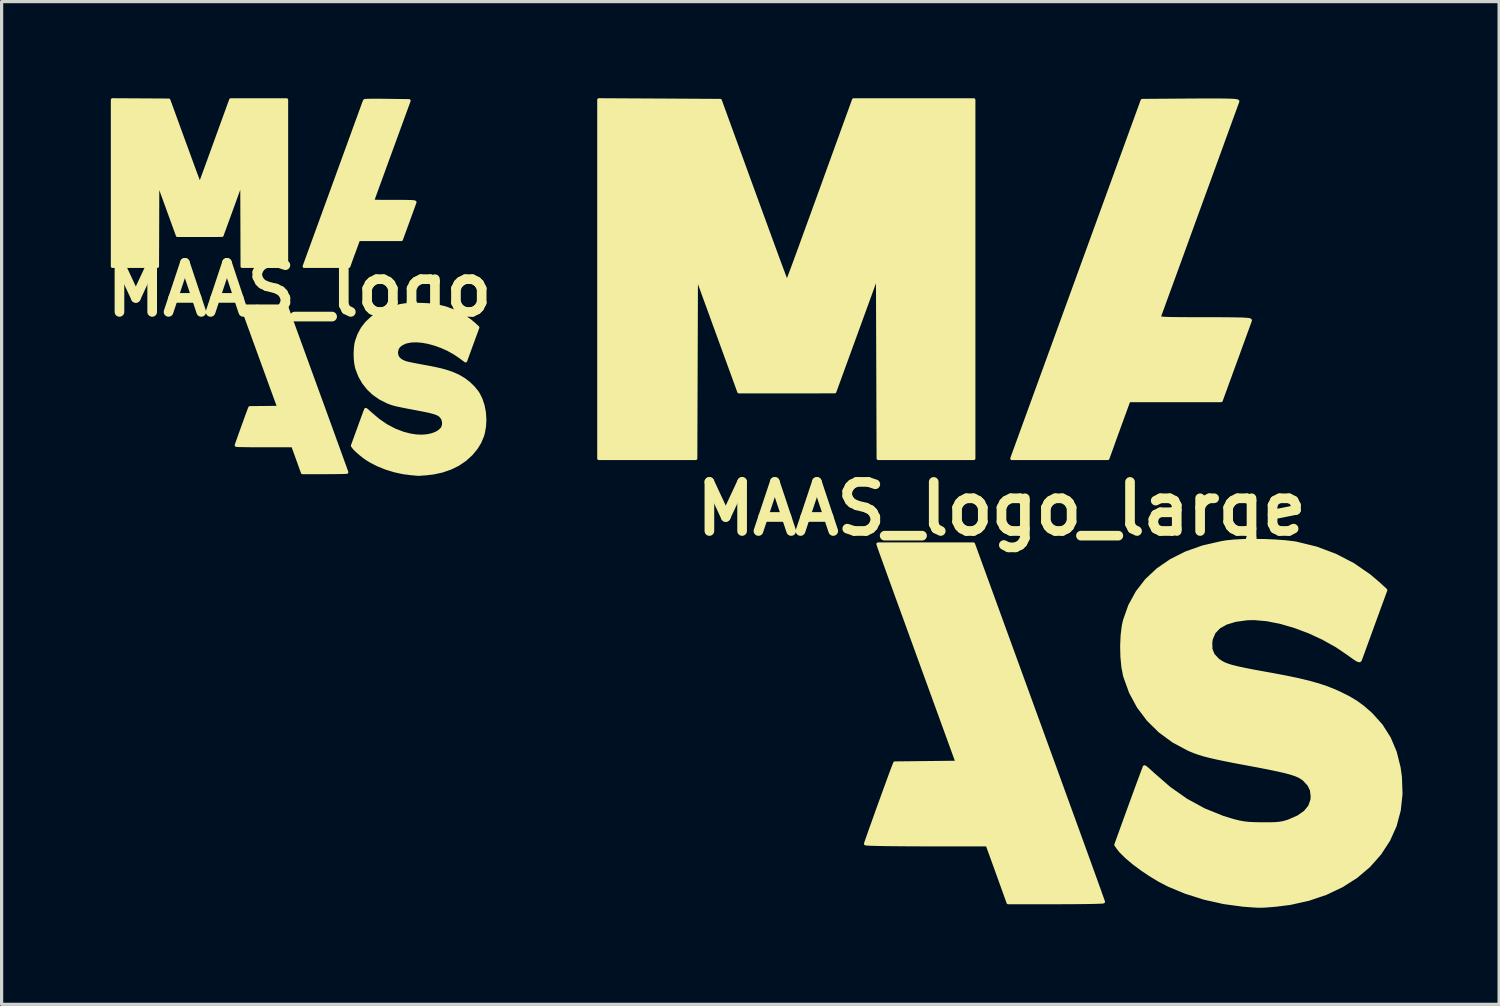
<source format=kicad_pcb>
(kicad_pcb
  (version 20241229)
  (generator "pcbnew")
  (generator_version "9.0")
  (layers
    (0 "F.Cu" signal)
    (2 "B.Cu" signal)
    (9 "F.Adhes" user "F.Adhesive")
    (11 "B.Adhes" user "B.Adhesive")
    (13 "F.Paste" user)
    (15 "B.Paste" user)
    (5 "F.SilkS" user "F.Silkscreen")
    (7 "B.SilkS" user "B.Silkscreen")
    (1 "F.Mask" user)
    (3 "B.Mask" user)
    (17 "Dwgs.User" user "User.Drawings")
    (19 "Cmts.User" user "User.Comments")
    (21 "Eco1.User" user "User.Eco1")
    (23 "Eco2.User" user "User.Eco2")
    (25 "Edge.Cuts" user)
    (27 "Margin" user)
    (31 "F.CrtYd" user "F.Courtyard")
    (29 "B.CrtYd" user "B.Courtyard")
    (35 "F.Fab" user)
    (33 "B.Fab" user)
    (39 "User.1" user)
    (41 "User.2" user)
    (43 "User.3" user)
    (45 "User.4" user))
  (footprint "MAAS_logo_large"
    (layer "F.Cu")
    (at 28.052 12.751)
    (property "Reference" "MAAS_logo_large" (at 0 0 0) (layer "F.SilkS") (effects (font (size 1.524 1.524) (thickness 0.3))))
    (attr through_hole)
    (fp_poly (pts (xy -0.86 -1.563) (xy -2.344 -1.563) (xy -3.829 -1.563) (xy -3.839 -4.424) (xy -3.849 -7.285) (xy -4.513 -5.46) (xy -5.178 -3.635) (xy -6.667 -3.634) (xy -8.156 -3.634) (xy -8.816 -5.446) (xy -9.476 -7.258) (xy -9.486 -4.41) (xy -9.496 -1.563) (xy -11 -1.563) (xy -12.505 -1.563) (xy -12.505 -7.132) (xy -12.505 -12.701) (xy -10.619 -12.691) (xy -8.734 -12.68) (xy -7.712 -9.874) (xy -7.549 -9.427) (xy -7.393 -9.001) (xy -7.247 -8.602) (xy -7.113 -8.236) (xy -6.993 -7.909) (xy -6.889 -7.626) (xy -6.802 -7.393) (xy -6.736 -7.216) (xy -6.692 -7.1) (xy -6.672 -7.05) (xy -6.671 -7.049) (xy -6.668 -7.046) (xy -6.662 -7.049) (xy -6.654 -7.061) (xy -6.641 -7.087) (xy -6.622 -7.132) (xy -6.595 -7.2) (xy -6.559 -7.296) (xy -6.511 -7.423) (xy -6.45 -7.587) (xy -6.375 -7.792) (xy -6.283 -8.043) (xy -6.174 -8.343) (xy -6.045 -8.698) (xy -5.894 -9.111) (xy -5.721 -9.588) (xy -5.523 -10.133) (xy -5.468 -10.287) (xy -4.592 -12.7) (xy -2.726 -12.7) (xy -0.86 -12.7) (xy -0.86 -7.132) (xy -0.86 -1.563)) (stroke (width 0.1) (type solid)) (fill yes) (layer "F.SilkS"))
    (fp_poly (pts (xy 3.165 12.205) (xy 3.128 12.211) (xy 3.02 12.216) (xy 2.852 12.221) (xy 2.631 12.225) (xy 2.365 12.228) (xy 2.065 12.23) (xy 1.737 12.231) (xy 1.686 12.231) (xy 0.207 12.231) (xy -0.117 11.332) (xy -0.442 10.434) (xy -2.331 10.434) (xy -2.707 10.433) (xy -3.058 10.431) (xy -3.377 10.428) (xy -3.655 10.425) (xy -3.886 10.42) (xy -4.063 10.415) (xy -4.176 10.409) (xy -4.22 10.403) (xy -4.22 10.403) (xy -4.208 10.362) (xy -4.172 10.257) (xy -4.117 10.101) (xy -4.047 9.903) (xy -3.965 9.675) (xy -3.876 9.425) (xy -3.783 9.167) (xy -3.689 8.909) (xy -3.6 8.663) (xy -3.518 8.439) (xy -3.448 8.248) (xy -3.393 8.1) (xy -3.357 8.007) (xy -3.355 8.002) (xy -3.313 7.895) (xy -2.345 7.884) (xy -1.378 7.874) (xy -2.579 4.572) (xy -2.756 4.084) (xy -2.926 3.616) (xy -3.087 3.173) (xy -3.237 2.761) (xy -3.373 2.385) (xy -3.495 2.05) (xy -3.599 1.761) (xy -3.684 1.525) (xy -3.749 1.346) (xy -3.79 1.23) (xy -3.807 1.182) (xy -3.835 1.094) (xy -2.353 1.094) (xy -0.871 1.094) (xy 1.147 6.637) (xy 1.377 7.269) (xy 1.6 7.882) (xy 1.814 8.47) (xy 2.017 9.03) (xy 2.209 9.558) (xy 2.388 10.05) (xy 2.552 10.502) (xy 2.699 10.909) (xy 2.829 11.269) (xy 2.94 11.576) (xy 3.031 11.827) (xy 3.099 12.018) (xy 3.144 12.144) (xy 3.164 12.202) (xy 3.165 12.205)) (stroke (width 0.1) (type solid)) (fill yes) (layer "F.SilkS"))
    (fp_poly (pts (xy 7.728 -5.852) (xy 7.711 -5.804) (xy 7.671 -5.693) (xy 7.61 -5.526) (xy 7.532 -5.312) (xy 7.44 -5.061) (xy 7.339 -4.781) (xy 7.266 -4.582) (xy 6.821 -3.361) (xy 5.388 -3.361) (xy 3.955 -3.361) (xy 3.78 -2.882) (xy 3.695 -2.648) (xy 3.601 -2.39) (xy 3.511 -2.143) (xy 3.454 -1.983) (xy 3.302 -1.563) (xy 1.812 -1.563) (xy 0.322 -1.563) (xy 2.346 -7.122) (xy 4.37 -12.68) (xy 5.863 -12.691) (xy 6.256 -12.693) (xy 6.578 -12.694) (xy 6.834 -12.692) (xy 7.03 -12.689) (xy 7.172 -12.684) (xy 7.266 -12.677) (xy 7.319 -12.667) (xy 7.337 -12.655) (xy 7.337 -12.652) (xy 7.321 -12.608) (xy 7.28 -12.497) (xy 7.217 -12.323) (xy 7.132 -12.091) (xy 7.029 -11.807) (xy 6.908 -11.476) (xy 6.773 -11.103) (xy 6.624 -10.694) (xy 6.464 -10.254) (xy 6.294 -9.789) (xy 6.121 -9.315) (xy 5.944 -8.828) (xy 5.775 -8.363) (xy 5.615 -7.922) (xy 5.466 -7.513) (xy 5.33 -7.14) (xy 5.209 -6.809) (xy 5.105 -6.525) (xy 5.021 -6.293) (xy 4.957 -6.118) (xy 4.916 -6.007) (xy 4.9 -5.964) (xy 4.9 -5.947) (xy 4.916 -5.934) (xy 4.957 -5.923) (xy 5.029 -5.915) (xy 5.14 -5.909) (xy 5.297 -5.905) (xy 5.506 -5.903) (xy 5.776 -5.901) (xy 6.114 -5.901) (xy 6.311 -5.901) (xy 6.698 -5.9) (xy 7.012 -5.898) (xy 7.261 -5.895) (xy 7.45 -5.891) (xy 7.585 -5.884) (xy 7.672 -5.876) (xy 7.718 -5.865) (xy 7.728 -5.852)) (stroke (width 0.1) (type solid)) (fill yes) (layer "F.SilkS"))
    (fp_poly (pts (xy 12.405 8.86) (xy 12.35 9.363) (xy 12.223 9.839) (xy 12.023 10.286) (xy 11.75 10.705) (xy 11.408 11.092) (xy 11.018 11.422) (xy 10.571 11.707) (xy 10.075 11.943) (xy 9.537 12.125) (xy 8.966 12.252) (xy 8.532 12.307) (xy 8.332 12.324) (xy 8.183 12.335) (xy 8.06 12.34) (xy 7.94 12.338) (xy 7.802 12.33) (xy 7.62 12.316) (xy 7.503 12.307) (xy 6.907 12.227) (xy 6.3 12.091) (xy 5.71 11.904) (xy 5.187 11.686) (xy 4.914 11.544) (xy 4.633 11.375) (xy 4.358 11.191) (xy 4.103 11.001) (xy 3.883 10.815) (xy 3.711 10.645) (xy 3.633 10.549) (xy 3.552 10.435) (xy 3.988 9.233) (xy 4.094 8.943) (xy 4.191 8.677) (xy 4.277 8.444) (xy 4.348 8.253) (xy 4.401 8.113) (xy 4.432 8.031) (xy 4.44 8.014) (xy 4.472 8.032) (xy 4.547 8.093) (xy 4.65 8.186) (xy 4.699 8.232) (xy 5.211 8.677) (xy 5.74 9.049) (xy 6.292 9.35) (xy 6.872 9.584) (xy 7.189 9.681) (xy 7.362 9.725) (xy 7.518 9.755) (xy 7.68 9.773) (xy 7.872 9.782) (xy 8.108 9.786) (xy 8.34 9.785) (xy 8.514 9.78) (xy 8.648 9.767) (xy 8.763 9.745) (xy 8.877 9.712) (xy 8.917 9.699) (xy 9.209 9.573) (xy 9.427 9.422) (xy 9.572 9.246) (xy 9.643 9.044) (xy 9.652 8.937) (xy 9.629 8.738) (xy 9.551 8.572) (xy 9.408 8.416) (xy 9.4 8.408) (xy 9.329 8.354) (xy 9.241 8.304) (xy 9.13 8.256) (xy 8.987 8.209) (xy 8.803 8.16) (xy 8.571 8.107) (xy 8.283 8.047) (xy 7.931 7.979) (xy 7.679 7.932) (xy 7.287 7.859) (xy 6.962 7.795) (xy 6.694 7.739) (xy 6.474 7.689) (xy 6.289 7.641) (xy 6.132 7.593) (xy 5.991 7.543) (xy 5.857 7.488) (xy 5.811 7.468) (xy 5.34 7.216) (xy 4.921 6.909) (xy 4.557 6.551) (xy 4.252 6.147) (xy 4.01 5.699) (xy 3.835 5.214) (xy 3.824 5.178) (xy 3.773 4.912) (xy 3.743 4.599) (xy 3.735 4.266) (xy 3.749 3.937) (xy 3.785 3.639) (xy 3.822 3.47) (xy 3.985 3.009) (xy 4.214 2.591) (xy 4.504 2.216) (xy 4.856 1.887) (xy 5.267 1.605) (xy 5.734 1.371) (xy 6.257 1.186) (xy 6.832 1.054) (xy 6.975 1.03) (xy 7.212 1.005) (xy 7.505 0.989) (xy 7.834 0.985) (xy 8.177 0.989) (xy 8.514 1.004) (xy 8.823 1.027) (xy 9.085 1.058) (xy 9.154 1.07) (xy 9.779 1.223) (xy 10.368 1.444) (xy 10.918 1.729) (xy 11.424 2.078) (xy 11.701 2.313) (xy 11.933 2.525) (xy 11.548 3.578) (xy 11.449 3.851) (xy 11.357 4.103) (xy 11.277 4.322) (xy 11.212 4.5) (xy 11.166 4.626) (xy 11.142 4.691) (xy 11.141 4.695) (xy 11.12 4.716) (xy 11.075 4.707) (xy 10.996 4.662) (xy 10.872 4.575) (xy 10.785 4.511) (xy 10.404 4.253) (xy 9.988 4.021) (xy 9.55 3.819) (xy 9.104 3.652) (xy 8.663 3.524) (xy 8.241 3.441) (xy 7.85 3.407) (xy 7.624 3.412) (xy 7.266 3.462) (xy 6.977 3.549) (xy 6.756 3.673) (xy 6.602 3.835) (xy 6.515 4.035) (xy 6.496 4.154) (xy 6.503 4.364) (xy 6.571 4.535) (xy 6.706 4.682) (xy 6.76 4.723) (xy 6.834 4.772) (xy 6.92 4.816) (xy 7.025 4.857) (xy 7.158 4.898) (xy 7.329 4.94) (xy 7.547 4.987) (xy 7.819 5.041) (xy 8.156 5.103) (xy 8.344 5.136) (xy 8.806 5.223) (xy 9.202 5.305) (xy 9.542 5.386) (xy 9.839 5.47) (xy 10.104 5.558) (xy 10.348 5.656) (xy 10.499 5.724) (xy 10.782 5.866) (xy 11.017 6.006) (xy 11.228 6.161) (xy 11.444 6.349) (xy 11.485 6.387) (xy 11.795 6.733) (xy 12.042 7.124) (xy 12.226 7.559) (xy 12.346 8.04) (xy 12.386 8.329) (xy 12.405 8.86)) (stroke (width 0.1) (type solid)) (fill yes) (layer "F.SilkS")))
  (footprint "MAAS_logo"
    (layer "F.Cu")
    (at 6.248 5.947)
    (property "Reference" "MAAS_logo" (at 0 0 0) (layer "F.SilkS") (effects (font (size 1.524 1.524) (thickness 0.3))))
    (attr through_hole)
    (fp_poly (pts (xy -0.399 -0.726) (xy -1.088 -0.726) (xy -1.778 -0.726) (xy -1.782 -2.055) (xy -1.787 -3.384) (xy -2.095 -2.536) (xy -2.404 -1.688) (xy -3.095 -1.687) (xy -3.787 -1.687) (xy -4.093 -2.53) (xy -4.4 -3.373) (xy -4.404 -2.049) (xy -4.409 -0.726) (xy -5.107 -0.726) (xy -5.806 -0.726) (xy -5.806 -3.311) (xy -5.806 -5.897) (xy -4.931 -5.892) (xy -4.056 -5.887) (xy -3.581 -4.584) (xy -3.505 -4.377) (xy -3.433 -4.179) (xy -3.365 -3.994) (xy -3.303 -3.824) (xy -3.247 -3.672) (xy -3.198 -3.541) (xy -3.158 -3.433) (xy -3.128 -3.35) (xy -3.107 -3.296) (xy -3.098 -3.273) (xy -3.097 -3.273) (xy -3.096 -3.272) (xy -3.093 -3.272) (xy -3.09 -3.277) (xy -3.084 -3.289) (xy -3.076 -3.309) (xy -3.064 -3.339) (xy -3.047 -3.382) (xy -3.026 -3.44) (xy -2.998 -3.514) (xy -2.964 -3.607) (xy -2.922 -3.721) (xy -2.872 -3.858) (xy -2.813 -4.02) (xy -2.744 -4.21) (xy -2.665 -4.428) (xy -2.574 -4.678) (xy -2.539 -4.776) (xy -2.132 -5.896) (xy -1.265 -5.896) (xy -0.399 -5.896) (xy -0.399 -3.311) (xy -0.399 -0.726)) (stroke (width 0.1) (type solid)) (fill yes) (layer "F.SilkS"))
    (fp_poly (pts (xy 1.47 5.668) (xy 1.452 5.67) (xy 1.402 5.672) (xy 1.324 5.674) (xy 1.221 5.676) (xy 1.098 5.677) (xy 0.959 5.678) (xy 0.806 5.679) (xy 0.783 5.679) (xy 0.096 5.679) (xy -0.054 5.261) (xy -0.205 4.844) (xy -1.082 4.844) (xy -1.257 4.844) (xy -1.42 4.843) (xy -1.568 4.842) (xy -1.697 4.84) (xy -1.804 4.838) (xy -1.886 4.836) (xy -1.939 4.833) (xy -1.959 4.83) (xy -1.959 4.83) (xy -1.954 4.811) (xy -1.937 4.762) (xy -1.911 4.69) (xy -1.879 4.598) (xy -1.841 4.492) (xy -1.799 4.376) (xy -1.756 4.256) (xy -1.713 4.136) (xy -1.671 4.022) (xy -1.634 3.918) (xy -1.601 3.829) (xy -1.575 3.761) (xy -1.559 3.717) (xy -1.558 3.715) (xy -1.538 3.665) (xy -1.088 3.661) (xy -0.638 3.656) (xy -1.197 2.123) (xy -1.279 1.896) (xy -1.358 1.679) (xy -1.433 1.473) (xy -1.502 1.282) (xy -1.566 1.107) (xy -1.622 0.952) (xy -1.671 0.818) (xy -1.711 0.708) (xy -1.741 0.625) (xy -1.76 0.571) (xy -1.768 0.549) (xy -1.78 0.508) (xy -1.093 0.508) (xy -0.405 0.508) (xy 0.532 3.082) (xy 0.639 3.376) (xy 0.743 3.66) (xy 0.842 3.933) (xy 0.937 4.193) (xy 1.026 4.439) (xy 1.108 4.667) (xy 1.185 4.877) (xy 1.253 5.066) (xy 1.313 5.233) (xy 1.365 5.376) (xy 1.407 5.492) (xy 1.439 5.581) (xy 1.46 5.639) (xy 1.469 5.666) (xy 1.47 5.668)) (stroke (width 0.1) (type solid)) (fill yes) (layer "F.SilkS"))
    (fp_poly (pts (xy 3.588 -2.717) (xy 3.58 -2.695) (xy 3.561 -2.643) (xy 3.533 -2.565) (xy 3.497 -2.466) (xy 3.454 -2.35) (xy 3.407 -2.22) (xy 3.373 -2.127) (xy 3.166 -1.56) (xy 2.502 -1.56) (xy 1.837 -1.56) (xy 1.725 -1.256) (xy 1.685 -1.148) (xy 1.646 -1.043) (xy 1.612 -0.949) (xy 1.585 -0.875) (xy 1.573 -0.839) (xy 1.533 -0.726) (xy 0.842 -0.726) (xy 0.15 -0.726) (xy 1.037 -3.161) (xy 1.142 -3.449) (xy 1.244 -3.729) (xy 1.342 -3.999) (xy 1.436 -4.257) (xy 1.525 -4.501) (xy 1.608 -4.729) (xy 1.684 -4.938) (xy 1.753 -5.128) (xy 1.814 -5.295) (xy 1.866 -5.438) (xy 1.909 -5.555) (xy 1.941 -5.643) (xy 1.962 -5.701) (xy 1.97 -5.724) (xy 1.994 -5.789) (xy 2.014 -5.84) (xy 2.027 -5.868) (xy 2.028 -5.87) (xy 2.05 -5.874) (xy 2.107 -5.878) (xy 2.197 -5.88) (xy 2.32 -5.881) (xy 2.474 -5.881) (xy 2.658 -5.879) (xy 2.723 -5.878) (xy 3.405 -5.869) (xy 2.846 -4.336) (xy 2.763 -4.11) (xy 2.684 -3.893) (xy 2.609 -3.688) (xy 2.54 -3.497) (xy 2.477 -3.324) (xy 2.42 -3.169) (xy 2.372 -3.036) (xy 2.332 -2.927) (xy 2.303 -2.845) (xy 2.284 -2.793) (xy 2.276 -2.771) (xy 2.275 -2.763) (xy 2.28 -2.756) (xy 2.296 -2.751) (xy 2.324 -2.747) (xy 2.369 -2.744) (xy 2.434 -2.742) (xy 2.522 -2.741) (xy 2.637 -2.74) (xy 2.782 -2.74) (xy 2.931 -2.74) (xy 3.11 -2.739) (xy 3.256 -2.739) (xy 3.372 -2.737) (xy 3.459 -2.735) (xy 3.522 -2.732) (xy 3.562 -2.728) (xy 3.583 -2.723) (xy 3.588 -2.717)) (stroke (width 0.1) (type solid)) (fill yes) (layer "F.SilkS"))
    (fp_poly (pts (xy 5.757 4.027) (xy 5.747 4.24) (xy 5.711 4.443) (xy 5.68 4.549) (xy 5.599 4.74) (xy 5.49 4.918) (xy 5.349 5.089) (xy 5.328 5.111) (xy 5.14 5.281) (xy 4.929 5.424) (xy 4.694 5.539) (xy 4.438 5.628) (xy 4.162 5.688) (xy 3.931 5.715) (xy 3.842 5.721) (xy 3.766 5.727) (xy 3.712 5.73) (xy 3.684 5.731) (xy 3.683 5.731) (xy 3.662 5.728) (xy 3.613 5.724) (xy 3.545 5.718) (xy 3.493 5.714) (xy 3.226 5.68) (xy 2.957 5.621) (xy 2.693 5.541) (xy 2.443 5.44) (xy 2.214 5.323) (xy 2.086 5.243) (xy 2.003 5.183) (xy 1.917 5.115) (xy 1.834 5.045) (xy 1.762 4.979) (xy 1.708 4.924) (xy 1.688 4.899) (xy 1.649 4.845) (xy 1.852 4.287) (xy 1.901 4.152) (xy 1.946 4.029) (xy 1.986 3.921) (xy 2.018 3.832) (xy 2.043 3.767) (xy 2.057 3.729) (xy 2.061 3.721) (xy 2.076 3.73) (xy 2.111 3.759) (xy 2.161 3.804) (xy 2.208 3.847) (xy 2.449 4.051) (xy 2.696 4.221) (xy 2.951 4.356) (xy 3.215 4.458) (xy 3.447 4.518) (xy 3.627 4.545) (xy 3.8 4.552) (xy 3.964 4.539) (xy 4.114 4.508) (xy 4.244 4.46) (xy 4.351 4.396) (xy 4.431 4.317) (xy 4.446 4.293) (xy 4.475 4.217) (xy 4.481 4.128) (xy 4.465 4.041) (xy 4.444 3.993) (xy 4.415 3.951) (xy 4.383 3.915) (xy 4.343 3.884) (xy 4.292 3.855) (xy 4.226 3.829) (xy 4.141 3.803) (xy 4.034 3.776) (xy 3.902 3.748) (xy 3.739 3.716) (xy 3.605 3.69) (xy 3.428 3.657) (xy 3.282 3.629) (xy 3.164 3.605) (xy 3.067 3.585) (xy 2.987 3.566) (xy 2.921 3.548) (xy 2.863 3.53) (xy 2.808 3.511) (xy 2.753 3.489) (xy 2.726 3.477) (xy 2.506 3.366) (xy 2.309 3.228) (xy 2.137 3.066) (xy 1.992 2.881) (xy 1.876 2.677) (xy 1.79 2.454) (xy 1.776 2.404) (xy 1.752 2.28) (xy 1.738 2.134) (xy 1.734 1.979) (xy 1.741 1.826) (xy 1.758 1.687) (xy 1.775 1.61) (xy 1.85 1.398) (xy 1.956 1.204) (xy 2.091 1.03) (xy 2.254 0.877) (xy 2.443 0.746) (xy 2.658 0.637) (xy 2.896 0.552) (xy 3.158 0.491) (xy 3.293 0.471) (xy 3.401 0.462) (xy 3.535 0.457) (xy 3.684 0.457) (xy 3.838 0.461) (xy 3.988 0.469) (xy 4.124 0.48) (xy 4.235 0.494) (xy 4.25 0.497) (xy 4.539 0.568) (xy 4.813 0.67) (xy 5.068 0.802) (xy 5.302 0.964) (xy 5.432 1.074) (xy 5.54 1.172) (xy 5.35 1.69) (xy 5.161 2.209) (xy 5.007 2.094) (xy 4.825 1.97) (xy 4.631 1.862) (xy 4.429 1.769) (xy 4.224 1.694) (xy 4.02 1.637) (xy 3.824 1.6) (xy 3.637 1.584) (xy 3.467 1.59) (xy 3.317 1.62) (xy 3.278 1.633) (xy 3.164 1.688) (xy 3.082 1.756) (xy 3.032 1.839) (xy 3.012 1.939) (xy 3.012 1.96) (xy 3.028 2.057) (xy 3.078 2.14) (xy 3.161 2.208) (xy 3.276 2.261) (xy 3.299 2.268) (xy 3.348 2.281) (xy 3.426 2.299) (xy 3.526 2.319) (xy 3.642 2.342) (xy 3.767 2.365) (xy 3.825 2.376) (xy 4.042 2.416) (xy 4.228 2.453) (xy 4.389 2.49) (xy 4.53 2.528) (xy 4.656 2.568) (xy 4.772 2.611) (xy 4.884 2.66) (xy 4.959 2.697) (xy 5.114 2.789) (xy 5.265 2.905) (xy 5.401 3.037) (xy 5.515 3.176) (xy 5.556 3.239) (xy 5.641 3.412) (xy 5.704 3.606) (xy 5.743 3.814) (xy 5.757 4.027)) (stroke (width 0.1) (type solid)) (fill yes) (layer "F.SilkS")))
  (gr_rect
    (start -3 -3)
    (end 43.506 28.141)
    (stroke (width 0.1) (type default))
    (fill no)
    (layer "Edge.Cuts")))
</source>
